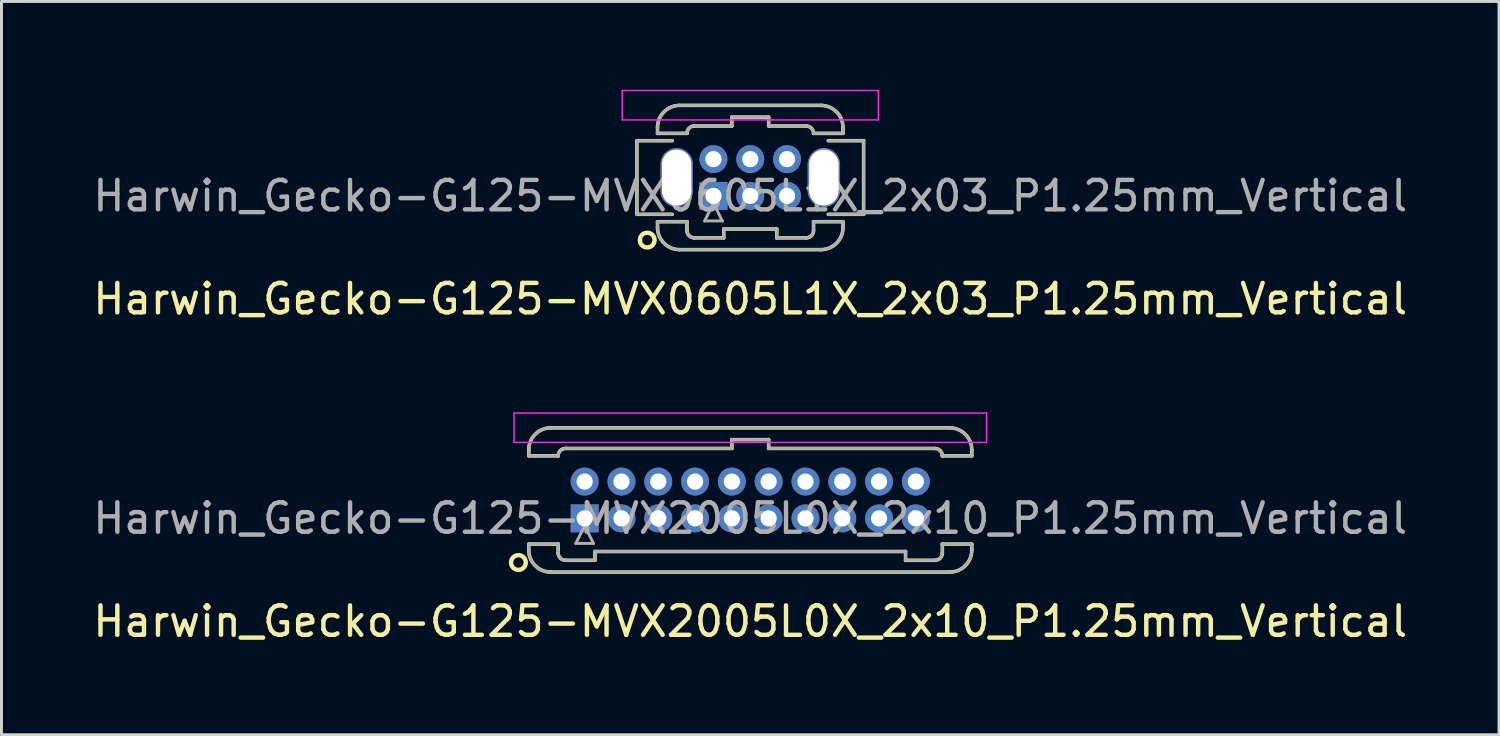
<source format=kicad_pcb>
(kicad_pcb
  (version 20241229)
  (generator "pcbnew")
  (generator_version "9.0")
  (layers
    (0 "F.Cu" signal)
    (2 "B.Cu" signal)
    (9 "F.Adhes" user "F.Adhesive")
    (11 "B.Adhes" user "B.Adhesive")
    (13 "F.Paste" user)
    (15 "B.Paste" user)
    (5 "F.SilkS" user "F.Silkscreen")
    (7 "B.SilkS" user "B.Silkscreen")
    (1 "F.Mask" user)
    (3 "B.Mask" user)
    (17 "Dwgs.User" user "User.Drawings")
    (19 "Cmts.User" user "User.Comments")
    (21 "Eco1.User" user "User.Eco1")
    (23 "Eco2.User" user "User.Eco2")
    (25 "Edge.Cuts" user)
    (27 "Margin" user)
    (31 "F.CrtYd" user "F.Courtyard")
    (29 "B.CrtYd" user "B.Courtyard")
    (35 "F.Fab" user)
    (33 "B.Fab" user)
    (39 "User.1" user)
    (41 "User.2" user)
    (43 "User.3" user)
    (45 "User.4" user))
  (footprint "Harwin_Gecko-G125-MVX2005L0X_2x10_P1.25mm_Vertical"
    (layer "F.Cu")
    (at 16.81 14.558)
    (property "Reference" "Harwin_Gecko-G125-MVX2005L0X_2x10_P1.25mm_Vertical" (at 5.625 3.5 0) (layer "F.SilkS") (effects (font (size 1 1) (thickness 0.15))))
    (attr through_hole)
    (fp_line (start -1.9 -2.325) (end -1.9 -2.125) (stroke (width 0.12) (type solid)) (layer "F.SilkS"))
    (fp_line (start -1.9 -2.125) (end -0.9 -2.125) (stroke (width 0.12) (type solid)) (layer "F.SilkS"))
    (fp_line (start -1.9 0.875) (end -0.9 0.875) (stroke (width 0.12) (type solid)) (layer "F.SilkS"))
    (fp_line (start -1.9 1.075) (end -1.9 0.875) (stroke (width 0.12) (type solid)) (layer "F.SilkS"))
    (fp_line (start -1.15 -3.075) (end 12.4 -3.075) (stroke (width 0.12) (type solid)) (layer "F.SilkS"))
    (fp_line (start -1.15 1.825) (end 12.4 1.825) (stroke (width 0.12) (type solid)) (layer "F.SilkS"))
    (fp_line (start -0.9 -2.125) (end -0.9 -2.125) (stroke (width 0.12) (type solid)) (layer "F.SilkS"))
    (fp_line (start -0.9 0.875) (end -0.9 0.875) (stroke (width 0.12) (type solid)) (layer "F.SilkS"))
    (fp_line (start -0.9 1.175) (end -0.9 0.875) (stroke (width 0.12) (type solid)) (layer "F.SilkS"))
    (fp_line (start -0.65 -2.375) (end 5 -2.375) (stroke (width 0.12) (type solid)) (layer "F.SilkS"))
    (fp_line (start -0.65 1.425) (end 0.35 1.425) (stroke (width 0.12) (type solid)) (layer "F.SilkS"))
    (fp_line (start 0.35 1.125) (end 10.9 1.125) (stroke (width 0.12) (type solid)) (layer "F.SilkS"))
    (fp_line (start 0.35 1.425) (end 0.35 1.125) (stroke (width 0.12) (type solid)) (layer "F.SilkS"))
    (fp_line (start 5 -2.675) (end 6.25 -2.675) (stroke (width 0.12) (type solid)) (layer "F.SilkS"))
    (fp_line (start 5 -2.375) (end 5 -2.675) (stroke (width 0.12) (type solid)) (layer "F.SilkS"))
    (fp_line (start 6.25 -2.675) (end 6.25 -2.375) (stroke (width 0.12) (type solid)) (layer "F.SilkS"))
    (fp_line (start 6.25 -2.375) (end 11.9 -2.375) (stroke (width 0.12) (type solid)) (layer "F.SilkS"))
    (fp_line (start 10.9 1.125) (end 10.9 1.425) (stroke (width 0.12) (type solid)) (layer "F.SilkS"))
    (fp_line (start 10.9 1.425) (end 11.9 1.425) (stroke (width 0.12) (type solid)) (layer "F.SilkS"))
    (fp_line (start 12.15 -2.125) (end 12.15 -2.125) (stroke (width 0.12) (type solid)) (layer "F.SilkS"))
    (fp_line (start 12.15 0.875) (end 12.15 0.875) (stroke (width 0.12) (type solid)) (layer "F.SilkS"))
    (fp_line (start 12.15 1.175) (end 12.15 0.875) (stroke (width 0.12) (type solid)) (layer "F.SilkS"))
    (fp_line (start 13.15 -2.325) (end 13.15 -2.125) (stroke (width 0.12) (type solid)) (layer "F.SilkS"))
    (fp_line (start 13.15 -2.125) (end 12.15 -2.125) (stroke (width 0.12) (type solid)) (layer "F.SilkS"))
    (fp_line (start 13.15 0.875) (end 12.15 0.875) (stroke (width 0.12) (type solid)) (layer "F.SilkS"))
    (fp_line (start 13.15 1.075) (end 13.15 0.875) (stroke (width 0.12) (type solid)) (layer "F.SilkS"))
    (fp_arc (start -1.9 -2.325) (mid -1.68033 -2.85533) (end -1.15 -3.075) (stroke (width 0.12) (type solid)) (layer "F.SilkS"))
    (fp_arc (start -1.15 1.825) (mid -1.68033 1.60533) (end -1.9 1.075) (stroke (width 0.12) (type solid)) (layer "F.SilkS"))
    (fp_arc (start -0.9 -2.125) (mid -0.826777 -2.301777) (end -0.65 -2.375) (stroke (width 0.12) (type solid)) (layer "F.SilkS"))
    (fp_arc (start -0.65 1.425) (mid -0.826777 1.351777) (end -0.9 1.175) (stroke (width 0.12) (type solid)) (layer "F.SilkS"))
    (fp_arc (start 11.9 -2.375) (mid 12.076777 -2.301777) (end 12.15 -2.125) (stroke (width 0.12) (type solid)) (layer "F.SilkS"))
    (fp_arc (start 12.15 1.175) (mid 12.076777 1.351777) (end 11.9 1.425) (stroke (width 0.12) (type solid)) (layer "F.SilkS"))
    (fp_arc (start 12.4 -3.075) (mid 12.93033 -2.85533) (end 13.15 -2.325) (stroke (width 0.12) (type solid)) (layer "F.SilkS"))
    (fp_arc (start 13.15 1.075) (mid 12.93033 1.60533) (end 12.4 1.825) (stroke (width 0.12) (type solid)) (layer "F.SilkS"))
    (fp_circle (center -2.25 1.5) (end -2 1.5) (stroke (width 0.15) (type solid)) (fill no) (layer "F.SilkS"))
    (fp_line (start -2.4 -3.58) (end -2.4 -2.58) (stroke (width 0.05) (type solid)) (layer "F.CrtYd"))
    (fp_line (start -2.4 -2.58) (end 13.65 -2.58) (stroke (width 0.05) (type solid)) (layer "F.CrtYd"))
    (fp_line (start 13.65 -3.58) (end -2.4 -3.58) (stroke (width 0.05) (type solid)) (layer "F.CrtYd"))
    (fp_line (start 13.65 -2.58) (end 13.65 -3.58) (stroke (width 0.05) (type solid)) (layer "F.CrtYd"))
    (fp_line (start -1.9 -2.325) (end -1.9 -2.125) (stroke (width 0.1) (type solid)) (layer "F.Fab"))
    (fp_line (start -1.9 -2.125) (end -0.9 -2.125) (stroke (width 0.1) (type solid)) (layer "F.Fab"))
    (fp_line (start -1.9 0.875) (end -0.9 0.875) (stroke (width 0.1) (type solid)) (layer "F.Fab"))
    (fp_line (start -1.9 1.075) (end -1.9 0.875) (stroke (width 0.1) (type solid)) (layer "F.Fab"))
    (fp_line (start -1.15 -3.075) (end 12.4 -3.075) (stroke (width 0.1) (type solid)) (layer "F.Fab"))
    (fp_line (start -1.15 1.825) (end 12.4 1.825) (stroke (width 0.1) (type solid)) (layer "F.Fab"))
    (fp_line (start -0.9 -2.125) (end -0.9 -2.125) (stroke (width 0.1) (type solid)) (layer "F.Fab"))
    (fp_line (start -0.9 0.875) (end -0.9 0.875) (stroke (width 0.1) (type solid)) (layer "F.Fab"))
    (fp_line (start -0.9 1.175) (end -0.9 0.875) (stroke (width 0.1) (type solid)) (layer "F.Fab"))
    (fp_line (start -0.65 -2.375) (end 5 -2.375) (stroke (width 0.1) (type solid)) (layer "F.Fab"))
    (fp_line (start -0.65 1.425) (end 0.35 1.425) (stroke (width 0.1) (type solid)) (layer "F.Fab"))
    (fp_line (start -0.3 0.85) (end 0.3 0.85) (stroke (width 0.1) (type solid)) (layer "F.Fab"))
    (fp_line (start 0 0.25) (end -0.3 0.85) (stroke (width 0.1) (type solid)) (layer "F.Fab"))
    (fp_line (start 0.3 0.85) (end 0 0.25) (stroke (width 0.1) (type solid)) (layer "F.Fab"))
    (fp_line (start 0.35 1.125) (end 10.9 1.125) (stroke (width 0.1) (type solid)) (layer "F.Fab"))
    (fp_line (start 0.35 1.425) (end 0.35 1.125) (stroke (width 0.1) (type solid)) (layer "F.Fab"))
    (fp_line (start 5 -2.675) (end 6.25 -2.675) (stroke (width 0.1) (type solid)) (layer "F.Fab"))
    (fp_line (start 5 -2.375) (end 5 -2.675) (stroke (width 0.1) (type solid)) (layer "F.Fab"))
    (fp_line (start 6.25 -2.675) (end 6.25 -2.375) (stroke (width 0.1) (type solid)) (layer "F.Fab"))
    (fp_line (start 6.25 -2.375) (end 11.9 -2.375) (stroke (width 0.1) (type solid)) (layer "F.Fab"))
    (fp_line (start 10.9 1.125) (end 10.9 1.425) (stroke (width 0.1) (type solid)) (layer "F.Fab"))
    (fp_line (start 10.9 1.425) (end 11.9 1.425) (stroke (width 0.1) (type solid)) (layer "F.Fab"))
    (fp_line (start 12.15 -2.125) (end 12.15 -2.125) (stroke (width 0.1) (type solid)) (layer "F.Fab"))
    (fp_line (start 12.15 0.875) (end 12.15 0.875) (stroke (width 0.1) (type solid)) (layer "F.Fab"))
    (fp_line (start 12.15 1.175) (end 12.15 0.875) (stroke (width 0.1) (type solid)) (layer "F.Fab"))
    (fp_line (start 13.15 -2.325) (end 13.15 -2.125) (stroke (width 0.1) (type solid)) (layer "F.Fab"))
    (fp_line (start 13.15 -2.125) (end 12.15 -2.125) (stroke (width 0.1) (type solid)) (layer "F.Fab"))
    (fp_line (start 13.15 0.875) (end 12.15 0.875) (stroke (width 0.1) (type solid)) (layer "F.Fab"))
    (fp_line (start 13.15 1.075) (end 13.15 0.875) (stroke (width 0.1) (type solid)) (layer "F.Fab"))
    (fp_arc (start -1.9 -2.325) (mid -1.68033 -2.85533) (end -1.15 -3.075) (stroke (width 0.1) (type solid)) (layer "F.Fab"))
    (fp_arc (start -1.15 1.825) (mid -1.68033 1.60533) (end -1.9 1.075) (stroke (width 0.1) (type solid)) (layer "F.Fab"))
    (fp_arc (start -0.9 -2.125) (mid -0.826777 -2.301777) (end -0.65 -2.375) (stroke (width 0.1) (type solid)) (layer "F.Fab"))
    (fp_arc (start -0.65 1.425) (mid -0.826777 1.351777) (end -0.9 1.175) (stroke (width 0.1) (type solid)) (layer "F.Fab"))
    (fp_arc (start 11.9 -2.375) (mid 12.076777 -2.301777) (end 12.15 -2.125) (stroke (width 0.1) (type solid)) (layer "F.Fab"))
    (fp_arc (start 12.15 1.175) (mid 12.076777 1.351777) (end 11.9 1.425) (stroke (width 0.1) (type solid)) (layer "F.Fab"))
    (fp_arc (start 12.4 -3.075) (mid 12.93033 -2.85533) (end 13.15 -2.325) (stroke (width 0.1) (type solid)) (layer "F.Fab"))
    (fp_arc (start 13.15 1.075) (mid 12.93033 1.60533) (end 12.4 1.825) (stroke (width 0.1) (type solid)) (layer "F.Fab"))
    (fp_text user "${REFERENCE}" (at 5.625 0 0) (layer "F.Fab") (effects (font (size 1 1) (thickness 0.15))))
    (pad "1" thru_hole rect (at 0 0) (size 0.95 0.95) (drill 0.55) (layers "*.Cu" "*.Mask"))
    (pad "2" thru_hole circle (at 0 -1.25) (size 0.95 0.95) (drill 0.55) (layers "*.Cu" "*.Mask"))
    (pad "3" thru_hole circle (at 1.25 0) (size 0.95 0.95) (drill 0.55) (layers "*.Cu" "*.Mask"))
    (pad "4" thru_hole circle (at 1.25 -1.25) (size 0.95 0.95) (drill 0.55) (layers "*.Cu" "*.Mask"))
    (pad "5" thru_hole circle (at 2.5 0) (size 0.95 0.95) (drill 0.55) (layers "*.Cu" "*.Mask"))
    (pad "6" thru_hole circle (at 2.5 -1.25) (size 0.95 0.95) (drill 0.55) (layers "*.Cu" "*.Mask"))
    (pad "7" thru_hole circle (at 3.75 0) (size 0.95 0.95) (drill 0.55) (layers "*.Cu" "*.Mask"))
    (pad "8" thru_hole circle (at 3.75 -1.25) (size 0.95 0.95) (drill 0.55) (layers "*.Cu" "*.Mask"))
    (pad "9" thru_hole circle (at 5 0) (size 0.95 0.95) (drill 0.55) (layers "*.Cu" "*.Mask"))
    (pad "10" thru_hole circle (at 5 -1.25) (size 0.95 0.95) (drill 0.55) (layers "*.Cu" "*.Mask"))
    (pad "11" thru_hole circle (at 6.25 0) (size 0.95 0.95) (drill 0.55) (layers "*.Cu" "*.Mask"))
    (pad "12" thru_hole circle (at 6.25 -1.25) (size 0.95 0.95) (drill 0.55) (layers "*.Cu" "*.Mask"))
    (pad "13" thru_hole circle (at 7.5 0) (size 0.95 0.95) (drill 0.55) (layers "*.Cu" "*.Mask"))
    (pad "14" thru_hole circle (at 7.5 -1.25) (size 0.95 0.95) (drill 0.55) (layers "*.Cu" "*.Mask"))
    (pad "15" thru_hole circle (at 8.75 0) (size 0.95 0.95) (drill 0.55) (layers "*.Cu" "*.Mask"))
    (pad "16" thru_hole circle (at 8.75 -1.25) (size 0.95 0.95) (drill 0.55) (layers "*.Cu" "*.Mask"))
    (pad "17" thru_hole circle (at 10 0) (size 0.95 0.95) (drill 0.55) (layers "*.Cu" "*.Mask"))
    (pad "18" thru_hole circle (at 10 -1.25) (size 0.95 0.95) (drill 0.55) (layers "*.Cu" "*.Mask"))
    (pad "19" thru_hole circle (at 11.25 0) (size 0.95 0.95) (drill 0.55) (layers "*.Cu" "*.Mask"))
    (pad "20" thru_hole circle (at 11.25 -1.25) (size 0.95 0.95) (drill 0.55) (layers "*.Cu" "*.Mask")))
  (footprint "Harwin_Gecko-G125-MVX0605L1X_2x03_P1.25mm_Vertical"
    (layer "F.Cu")
    (at 21.185 3.605)
    (property "Reference" "Harwin_Gecko-G125-MVX0605L1X_2x03_P1.25mm_Vertical" (at 1.25 3.5 0) (layer "F.SilkS") (effects (font (size 1 1) (thickness 0.15))))
    (attr through_hole)
    (fp_line (start -2.6 -1.875) (end -2.6 0.625) (stroke (width 0.12) (type solid)) (layer "F.SilkS"))
    (fp_line (start -2.6 0.625) (end -1.4 0.625) (stroke (width 0.12) (type solid)) (layer "F.SilkS"))
    (fp_line (start -1.9 -2.325) (end -1.9 -2.125) (stroke (width 0.12) (type solid)) (layer "F.SilkS"))
    (fp_line (start -1.9 -2.125) (end -0.9 -2.125) (stroke (width 0.12) (type solid)) (layer "F.SilkS"))
    (fp_line (start -1.9 0.875) (end -0.9 0.875) (stroke (width 0.12) (type solid)) (layer "F.SilkS"))
    (fp_line (start -1.9 1.075) (end -1.9 0.875) (stroke (width 0.12) (type solid)) (layer "F.SilkS"))
    (fp_line (start -1.4 -1.875) (end -2.6 -1.875) (stroke (width 0.12) (type solid)) (layer "F.SilkS"))
    (fp_line (start -1.15 -3.075) (end 3.65 -3.075) (stroke (width 0.12) (type solid)) (layer "F.SilkS"))
    (fp_line (start -1.15 1.825) (end 3.65 1.825) (stroke (width 0.12) (type solid)) (layer "F.SilkS"))
    (fp_line (start -0.9 -2.125) (end -0.9 -2.125) (stroke (width 0.12) (type solid)) (layer "F.SilkS"))
    (fp_line (start -0.9 0.875) (end -0.9 0.875) (stroke (width 0.12) (type solid)) (layer "F.SilkS"))
    (fp_line (start -0.9 1.175) (end -0.9 0.875) (stroke (width 0.12) (type solid)) (layer "F.SilkS"))
    (fp_line (start -0.65 -2.375) (end 0.625 -2.375) (stroke (width 0.12) (type solid)) (layer "F.SilkS"))
    (fp_line (start -0.65 1.425) (end 0.35 1.425) (stroke (width 0.12) (type solid)) (layer "F.SilkS"))
    (fp_line (start 0.35 1.125) (end 2.15 1.125) (stroke (width 0.12) (type solid)) (layer "F.SilkS"))
    (fp_line (start 0.35 1.425) (end 0.35 1.125) (stroke (width 0.12) (type solid)) (layer "F.SilkS"))
    (fp_line (start 0.625 -2.675) (end 1.875 -2.675) (stroke (width 0.12) (type solid)) (layer "F.SilkS"))
    (fp_line (start 0.625 -2.375) (end 0.625 -2.675) (stroke (width 0.12) (type solid)) (layer "F.SilkS"))
    (fp_line (start 1.875 -2.675) (end 1.875 -2.375) (stroke (width 0.12) (type solid)) (layer "F.SilkS"))
    (fp_line (start 1.875 -2.375) (end 3.15 -2.375) (stroke (width 0.12) (type solid)) (layer "F.SilkS"))
    (fp_line (start 2.15 1.125) (end 2.15 1.425) (stroke (width 0.12) (type solid)) (layer "F.SilkS"))
    (fp_line (start 2.15 1.425) (end 3.15 1.425) (stroke (width 0.12) (type solid)) (layer "F.SilkS"))
    (fp_line (start 3.4 -2.125) (end 3.4 -2.125) (stroke (width 0.12) (type solid)) (layer "F.SilkS"))
    (fp_line (start 3.4 0.875) (end 3.4 0.875) (stroke (width 0.12) (type solid)) (layer "F.SilkS"))
    (fp_line (start 3.4 1.175) (end 3.4 0.875) (stroke (width 0.12) (type solid)) (layer "F.SilkS"))
    (fp_line (start 3.9 -1.875) (end 5.1 -1.875) (stroke (width 0.12) (type solid)) (layer "F.SilkS"))
    (fp_line (start 4.4 -2.325) (end 4.4 -2.125) (stroke (width 0.12) (type solid)) (layer "F.SilkS"))
    (fp_line (start 4.4 -2.125) (end 3.4 -2.125) (stroke (width 0.12) (type solid)) (layer "F.SilkS"))
    (fp_line (start 4.4 0.875) (end 3.4 0.875) (stroke (width 0.12) (type solid)) (layer "F.SilkS"))
    (fp_line (start 4.4 1.075) (end 4.4 0.875) (stroke (width 0.12) (type solid)) (layer "F.SilkS"))
    (fp_line (start 5.1 -1.875) (end 5.1 0.625) (stroke (width 0.12) (type solid)) (layer "F.SilkS"))
    (fp_line (start 5.1 0.625) (end 3.9 0.625) (stroke (width 0.12) (type solid)) (layer "F.SilkS"))
    (fp_arc (start -1.9 -2.325) (mid -1.68033 -2.85533) (end -1.15 -3.075) (stroke (width 0.12) (type solid)) (layer "F.SilkS"))
    (fp_arc (start -1.15 1.825) (mid -1.68033 1.60533) (end -1.9 1.075) (stroke (width 0.12) (type solid)) (layer "F.SilkS"))
    (fp_arc (start -0.9 -2.125) (mid -0.826777 -2.301777) (end -0.65 -2.375) (stroke (width 0.12) (type solid)) (layer "F.SilkS"))
    (fp_arc (start -0.65 1.425) (mid -0.826777 1.351777) (end -0.9 1.175) (stroke (width 0.12) (type solid)) (layer "F.SilkS"))
    (fp_arc (start 3.15 -2.375) (mid 3.326777 -2.301777) (end 3.4 -2.125) (stroke (width 0.12) (type solid)) (layer "F.SilkS"))
    (fp_arc (start 3.4 1.175) (mid 3.326777 1.351777) (end 3.15 1.425) (stroke (width 0.12) (type solid)) (layer "F.SilkS"))
    (fp_arc (start 3.65 -3.075) (mid 4.18033 -2.85533) (end 4.4 -2.325) (stroke (width 0.12) (type solid)) (layer "F.SilkS"))
    (fp_arc (start 4.4 1.075) (mid 4.18033 1.60533) (end 3.65 1.825) (stroke (width 0.12) (type solid)) (layer "F.SilkS"))
    (fp_circle (center -2.25 1.5) (end -2 1.5) (stroke (width 0.15) (type solid)) (fill no) (layer "F.SilkS"))
    (fp_line (start -3.1 -3.58) (end -3.1 -2.58) (stroke (width 0.05) (type solid)) (layer "F.CrtYd"))
    (fp_line (start -3.1 -2.58) (end 5.6 -2.58) (stroke (width 0.05) (type solid)) (layer "F.CrtYd"))
    (fp_line (start 5.6 -3.58) (end -3.1 -3.58) (stroke (width 0.05) (type solid)) (layer "F.CrtYd"))
    (fp_line (start 5.6 -2.58) (end 5.6 -3.58) (stroke (width 0.05) (type solid)) (layer "F.CrtYd"))
    (fp_line (start -2.6 -1.875) (end -2.6 0.625) (stroke (width 0.1) (type solid)) (layer "F.Fab"))
    (fp_line (start -2.6 0.625) (end -1.4 0.625) (stroke (width 0.1) (type solid)) (layer "F.Fab"))
    (fp_line (start -1.9 -2.325) (end -1.9 -2.125) (stroke (width 0.1) (type solid)) (layer "F.Fab"))
    (fp_line (start -1.9 -2.125) (end -0.9 -2.125) (stroke (width 0.1) (type solid)) (layer "F.Fab"))
    (fp_line (start -1.9 0.875) (end -0.9 0.875) (stroke (width 0.1) (type solid)) (layer "F.Fab"))
    (fp_line (start -1.9 1.075) (end -1.9 0.875) (stroke (width 0.1) (type solid)) (layer "F.Fab"))
    (fp_line (start -1.4 -1.875) (end -2.6 -1.875) (stroke (width 0.1) (type solid)) (layer "F.Fab"))
    (fp_line (start -1.15 -3.075) (end 3.65 -3.075) (stroke (width 0.1) (type solid)) (layer "F.Fab"))
    (fp_line (start -1.15 1.825) (end 3.65 1.825) (stroke (width 0.1) (type solid)) (layer "F.Fab"))
    (fp_line (start -0.9 -2.125) (end -0.9 -2.125) (stroke (width 0.1) (type solid)) (layer "F.Fab"))
    (fp_line (start -0.9 0.875) (end -0.9 0.875) (stroke (width 0.1) (type solid)) (layer "F.Fab"))
    (fp_line (start -0.9 1.175) (end -0.9 0.875) (stroke (width 0.1) (type solid)) (layer "F.Fab"))
    (fp_line (start -0.65 -2.375) (end 0.625 -2.375) (stroke (width 0.1) (type solid)) (layer "F.Fab"))
    (fp_line (start -0.65 1.425) (end 0.35 1.425) (stroke (width 0.1) (type solid)) (layer "F.Fab"))
    (fp_line (start -0.3 0.85) (end 0.3 0.85) (stroke (width 0.1) (type solid)) (layer "F.Fab"))
    (fp_line (start 0 0.25) (end -0.3 0.85) (stroke (width 0.1) (type solid)) (layer "F.Fab"))
    (fp_line (start 0.3 0.85) (end 0 0.25) (stroke (width 0.1) (type solid)) (layer "F.Fab"))
    (fp_line (start 0.35 1.125) (end 2.15 1.125) (stroke (width 0.1) (type solid)) (layer "F.Fab"))
    (fp_line (start 0.35 1.425) (end 0.35 1.125) (stroke (width 0.1) (type solid)) (layer "F.Fab"))
    (fp_line (start 0.625 -2.675) (end 1.875 -2.675) (stroke (width 0.1) (type solid)) (layer "F.Fab"))
    (fp_line (start 0.625 -2.375) (end 0.625 -2.675) (stroke (width 0.1) (type solid)) (layer "F.Fab"))
    (fp_line (start 1.875 -2.675) (end 1.875 -2.375) (stroke (width 0.1) (type solid)) (layer "F.Fab"))
    (fp_line (start 1.875 -2.375) (end 3.15 -2.375) (stroke (width 0.1) (type solid)) (layer "F.Fab"))
    (fp_line (start 2.15 1.125) (end 2.15 1.425) (stroke (width 0.1) (type solid)) (layer "F.Fab"))
    (fp_line (start 2.15 1.425) (end 3.15 1.425) (stroke (width 0.1) (type solid)) (layer "F.Fab"))
    (fp_line (start 3.4 -2.125) (end 3.4 -2.125) (stroke (width 0.1) (type solid)) (layer "F.Fab"))
    (fp_line (start 3.4 0.875) (end 3.4 0.875) (stroke (width 0.1) (type solid)) (layer "F.Fab"))
    (fp_line (start 3.4 1.175) (end 3.4 0.875) (stroke (width 0.1) (type solid)) (layer "F.Fab"))
    (fp_line (start 3.9 -1.875) (end 5.1 -1.875) (stroke (width 0.1) (type solid)) (layer "F.Fab"))
    (fp_line (start 4.4 -2.325) (end 4.4 -2.125) (stroke (width 0.1) (type solid)) (layer "F.Fab"))
    (fp_line (start 4.4 -2.125) (end 3.4 -2.125) (stroke (width 0.1) (type solid)) (layer "F.Fab"))
    (fp_line (start 4.4 0.875) (end 3.4 0.875) (stroke (width 0.1) (type solid)) (layer "F.Fab"))
    (fp_line (start 4.4 1.075) (end 4.4 0.875) (stroke (width 0.1) (type solid)) (layer "F.Fab"))
    (fp_line (start 5.1 -1.875) (end 5.1 0.625) (stroke (width 0.1) (type solid)) (layer "F.Fab"))
    (fp_line (start 5.1 0.625) (end 3.9 0.625) (stroke (width 0.1) (type solid)) (layer "F.Fab"))
    (fp_arc (start -1.9 -2.325) (mid -1.68033 -2.85533) (end -1.15 -3.075) (stroke (width 0.1) (type solid)) (layer "F.Fab"))
    (fp_arc (start -1.15 1.825) (mid -1.68033 1.60533) (end -1.9 1.075) (stroke (width 0.1) (type solid)) (layer "F.Fab"))
    (fp_arc (start -0.9 -2.125) (mid -0.826777 -2.301777) (end -0.65 -2.375) (stroke (width 0.1) (type solid)) (layer "F.Fab"))
    (fp_arc (start -0.65 1.425) (mid -0.826777 1.351777) (end -0.9 1.175) (stroke (width 0.1) (type solid)) (layer "F.Fab"))
    (fp_arc (start 3.15 -2.375) (mid 3.326777 -2.301777) (end 3.4 -2.125) (stroke (width 0.1) (type solid)) (layer "F.Fab"))
    (fp_arc (start 3.4 1.175) (mid 3.326777 1.351777) (end 3.15 1.425) (stroke (width 0.1) (type solid)) (layer "F.Fab"))
    (fp_arc (start 3.65 -3.075) (mid 4.18033 -2.85533) (end 4.4 -2.325) (stroke (width 0.1) (type solid)) (layer "F.Fab"))
    (fp_arc (start 4.4 1.075) (mid 4.18033 1.60533) (end 3.65 1.825) (stroke (width 0.1) (type solid)) (layer "F.Fab"))
    (fp_text user "${REFERENCE}" (at 1.25 0 0) (layer "F.Fab") (effects (font (size 1 1) (thickness 0.15))))
    (pad "" np_thru_hole oval (at -1.25 -0.625) (size 1.1 2) (drill oval 1 1.9) (layers "*.Cu" "*.Mask"))
    (pad "" np_thru_hole oval (at 3.75 -0.625) (size 1.1 2) (drill oval 1 1.9) (layers "*.Cu" "*.Mask"))
    (pad "1" thru_hole rect (at 0 0) (size 0.95 0.95) (drill 0.55) (layers "*.Cu" "*.Mask"))
    (pad "2" thru_hole circle (at 0 -1.25) (size 0.95 0.95) (drill 0.55) (layers "*.Cu" "*.Mask"))
    (pad "3" thru_hole circle (at 1.25 0) (size 0.95 0.95) (drill 0.55) (layers "*.Cu" "*.Mask"))
    (pad "4" thru_hole circle (at 1.25 -1.25) (size 0.95 0.95) (drill 0.55) (layers "*.Cu" "*.Mask"))
    (pad "5" thru_hole circle (at 2.5 0) (size 0.95 0.95) (drill 0.55) (layers "*.Cu" "*.Mask"))
    (pad "6" thru_hole circle (at 2.5 -1.25) (size 0.95 0.95) (drill 0.55) (layers "*.Cu" "*.Mask")))
  (gr_rect
    (start -3 -3)
    (end 47.869 21.907)
    (stroke (width 0.1) (type default))
    (fill no)
    (layer "Edge.Cuts")))
</source>
